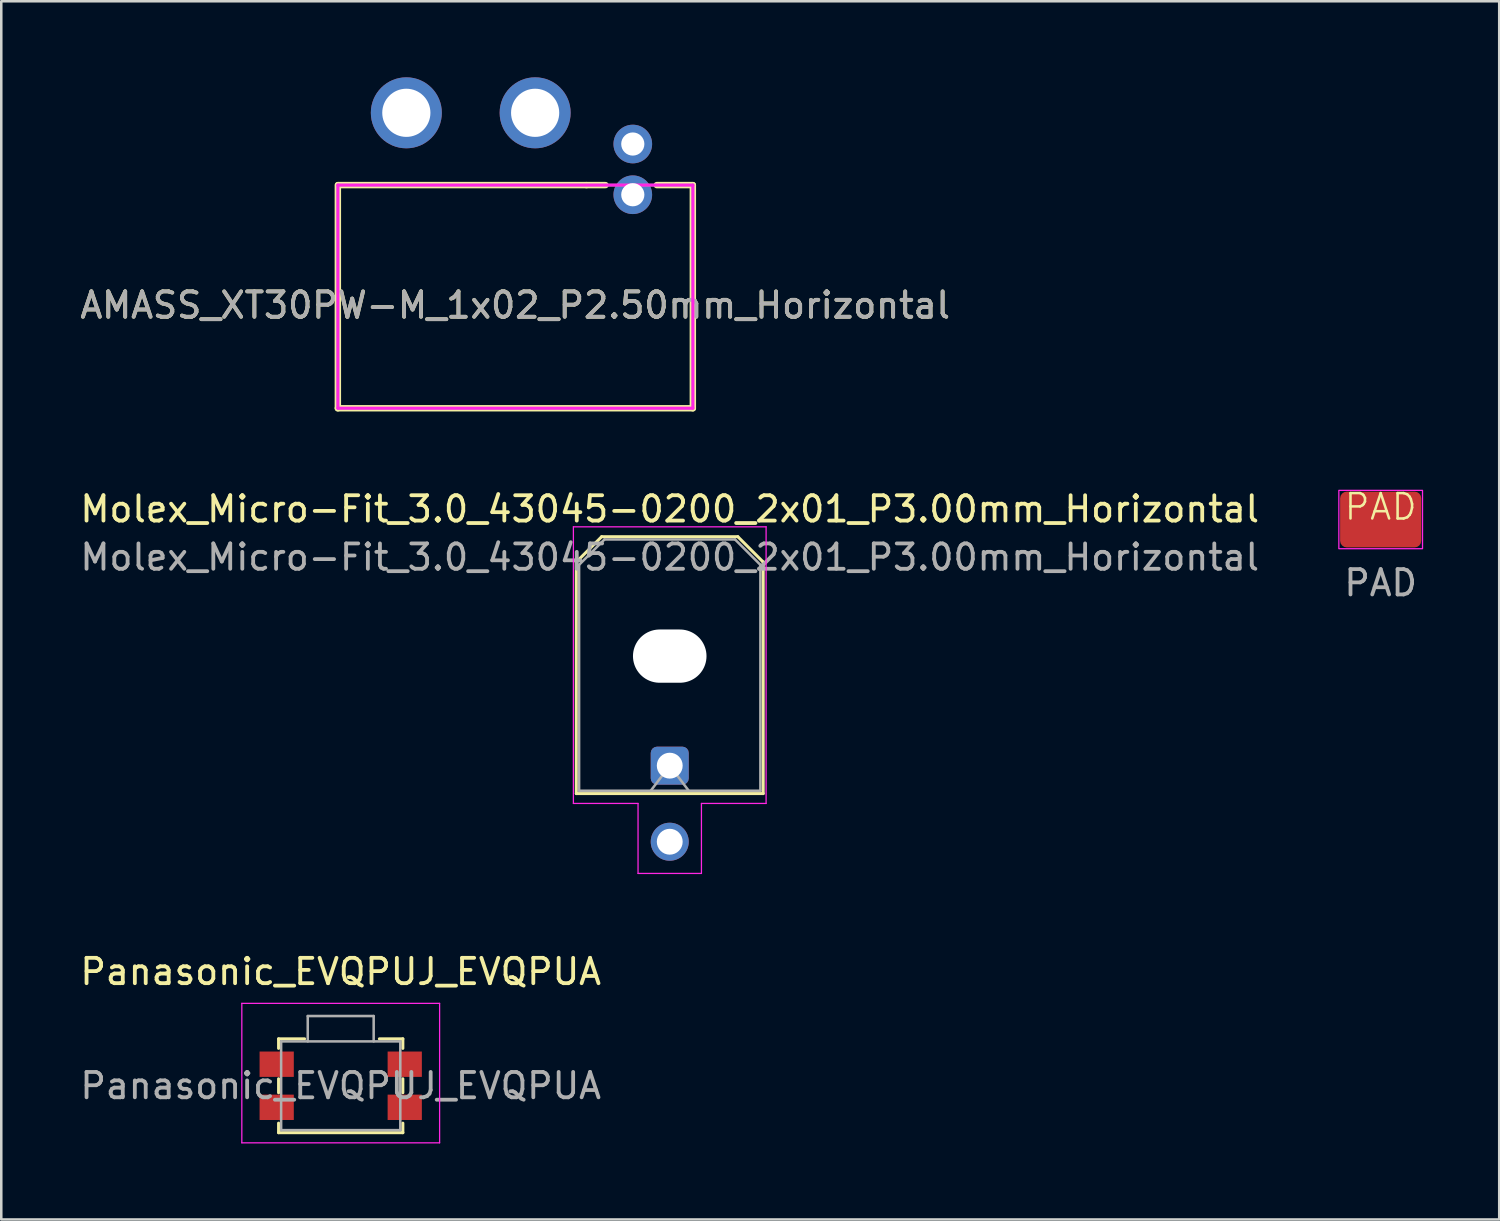
<source format=kicad_pcb>
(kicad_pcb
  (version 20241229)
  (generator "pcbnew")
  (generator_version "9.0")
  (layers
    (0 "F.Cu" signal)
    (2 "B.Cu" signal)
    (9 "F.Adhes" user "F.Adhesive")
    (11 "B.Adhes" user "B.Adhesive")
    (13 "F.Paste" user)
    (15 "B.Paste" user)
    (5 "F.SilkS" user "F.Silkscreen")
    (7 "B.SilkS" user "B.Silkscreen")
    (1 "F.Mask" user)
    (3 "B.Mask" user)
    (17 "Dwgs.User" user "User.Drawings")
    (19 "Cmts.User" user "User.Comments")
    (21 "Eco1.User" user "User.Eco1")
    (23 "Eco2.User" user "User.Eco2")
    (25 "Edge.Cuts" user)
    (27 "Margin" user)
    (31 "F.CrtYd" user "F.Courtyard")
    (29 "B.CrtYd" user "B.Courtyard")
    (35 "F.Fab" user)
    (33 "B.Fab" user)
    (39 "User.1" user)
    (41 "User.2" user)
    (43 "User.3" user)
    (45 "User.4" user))
  (footprint "PAD"
    (layer "F.Cu")
    (at 51.401 17.439)
    (property "Reference" "PAD" (at 0 -0.5 0) (unlocked yes) (layer "F.SilkS") (effects (font (size 1 1) (thickness 0.1))))
    (attr smd)
    (fp_rect (start -1.65 -1.15) (end 1.65 1.15) (stroke (width 0.05) (type default)) (fill no) (layer "F.CrtYd"))
    (fp_text user "${REFERENCE}" (at 0 2.5 0) (unlocked yes) (layer "F.Fab") (effects (font (size 1 1) (thickness 0.15))))
    (pad "1" smd roundrect (at 0 0) (size 3.2 2.2) (layers "F.Cu" "F.Mask" "F.Paste") (roundrect_rratio 0.119)))
  (footprint "AMASS_XT30PW-M_1x02_P2.50mm_Horizontal"
    (layer "F.Cu")
    (at 17.268 6.612)
    (property "Reference" "AMASS_XT30PW-M_1x02_P2.50mm_Horizontal" (at 0 2.375 180) (layer "F.SilkS") (effects (font (size 1 1) (thickness 0.15))))
    (attr through_hole)
    (fp_line (start -6.994 6.439) (end -6.994 -2.362) (stroke (width 0.254) (type solid)) (layer "F.SilkS"))
    (fp_line (start 2.811 -2.362) (end -6.982 -2.362) (stroke (width 0.254) (type solid)) (layer "F.SilkS"))
    (fp_line (start 2.811 -2.362) (end 3.561 -2.362) (stroke (width 0.254) (type solid)) (layer "F.SilkS"))
    (fp_line (start 7.006 -2.362) (end 5.585 -2.362) (stroke (width 0.254) (type solid)) (layer "F.SilkS"))
    (fp_line (start 7.006 -2.362) (end 7.006 6.439) (stroke (width 0.254) (type solid)) (layer "F.SilkS"))
    (fp_line (start 7.006 6.439) (end -6.994 6.439) (stroke (width 0.254) (type solid)) (layer "F.SilkS"))
    (fp_line (start -5.067 -5.987) (end -3.518 -5.987) (stroke (width 0.12) (type solid)) (layer "Eco2.User"))
    (fp_circle (center -6.992 -5.987) (end -6.963 -5.987) (stroke (width 0.06) (type solid)) (fill no) (layer "Eco2.User"))
    (fp_line (start -6.992 -2.364) (end -6.992 6.436) (stroke (width 0.12) (type solid)) (layer "F.CrtYd"))
    (fp_line (start -6.992 6.436) (end 7.008 6.436) (stroke (width 0.12) (type solid)) (layer "F.CrtYd"))
    (fp_line (start 7.008 -2.364) (end -6.992 -2.364) (stroke (width 0.12) (type solid)) (layer "F.CrtYd"))
    (fp_line (start 7.008 6.436) (end 7.008 -2.364) (stroke (width 0.12) (type solid)) (layer "F.CrtYd"))
    (fp_rect (start -6.994 -2.362) (end 7.006 6.439) (stroke (width 0.1) (type default)) (fill no) (layer "F.Fab"))
    (fp_text user "${REFERENCE}" (at 0 2.375 0) (layer "F.Fab") (effects (font (size 1 1) (thickness 0.15))))
    (pad "1" thru_hole circle (at -4.293 -5.213) (size 2.8 2.8) (drill 1.9) (layers "*.Cu" "*.Mask"))
    (pad "2" thru_hole circle (at 0.787 -5.213) (size 2.8 2.8) (drill 1.9) (layers "*.Cu" "*.Mask"))
    (pad "3" thru_hole circle (at 4.638 -3.982) (size 1.524 1.524) (drill 0.914) (layers "*.Cu" "*.Mask"))
    (pad "4" thru_hole circle (at 4.638 -1.982) (size 1.524 1.524) (drill 0.914) (layers "*.Cu" "*.Mask")))
  (footprint "Panasonic_EVQPUJ_EVQPUA"
    (layer "F.Cu")
    (at 10.387 39.77)
    (property "Reference" "Panasonic_EVQPUJ_EVQPUA" (at 0 -4.5 0) (layer "F.SilkS") (effects (font (size 1 1) (thickness 0.15))))
    (attr smd)
    (fp_line (start -2.45 -1.475) (end -2.45 -1.85) (stroke (width 0.12) (type solid)) (layer "F.SilkS"))
    (fp_line (start -2.45 0.275) (end -2.45 -0.275) (stroke (width 0.12) (type solid)) (layer "F.SilkS"))
    (fp_line (start -2.45 1.85) (end -2.45 1.475) (stroke (width 0.12) (type solid)) (layer "F.SilkS"))
    (fp_line (start -1.425 -1.85) (end -2.45 -1.85) (stroke (width 0.12) (type solid)) (layer "F.SilkS"))
    (fp_line (start 2.45 -1.85) (end 1.525 -1.85) (stroke (width 0.12) (type solid)) (layer "F.SilkS"))
    (fp_line (start 2.45 -1.475) (end 2.45 -1.85) (stroke (width 0.12) (type solid)) (layer "F.SilkS"))
    (fp_line (start 2.45 0.275) (end 2.45 -0.275) (stroke (width 0.12) (type solid)) (layer "F.SilkS"))
    (fp_line (start 2.45 1.85) (end -2.45 1.85) (stroke (width 0.12) (type solid)) (layer "F.SilkS"))
    (fp_line (start 2.45 1.85) (end 2.45 1.475) (stroke (width 0.12) (type solid)) (layer "F.SilkS"))
    (fp_line (start -3.9 2.25) (end -3.9 -3.25) (stroke (width 0.05) (type solid)) (layer "F.CrtYd"))
    (fp_line (start 3.9 -3.25) (end -3.9 -3.25) (stroke (width 0.05) (type solid)) (layer "F.CrtYd"))
    (fp_line (start 3.9 2.25) (end -3.9 2.25) (stroke (width 0.05) (type solid)) (layer "F.CrtYd"))
    (fp_line (start 3.9 2.25) (end 3.9 -3.25) (stroke (width 0.05) (type solid)) (layer "F.CrtYd"))
    (fp_line (start -2.35 1.75) (end -2.35 -1.75) (stroke (width 0.1) (type solid)) (layer "F.Fab"))
    (fp_line (start -1.3 -2.75) (end -1.3 -1.75) (stroke (width 0.1) (type solid)) (layer "F.Fab"))
    (fp_line (start 1.3 -2.75) (end -1.3 -2.75) (stroke (width 0.1) (type solid)) (layer "F.Fab"))
    (fp_line (start 1.3 -2.75) (end 1.3 -1.75) (stroke (width 0.1) (type solid)) (layer "F.Fab"))
    (fp_line (start 2.35 -1.75) (end -2.35 -1.75) (stroke (width 0.1) (type solid)) (layer "F.Fab"))
    (fp_line (start 2.35 1.75) (end -2.35 1.75) (stroke (width 0.1) (type solid)) (layer "F.Fab"))
    (fp_line (start 2.35 1.75) (end 2.35 -1.75) (stroke (width 0.1) (type solid)) (layer "F.Fab"))
    (fp_text user "${REFERENCE}" (at 0 0 0) (layer "F.Fab") (effects (font (size 1 1) (thickness 0.15))))
    (pad "1" smd rect (at 2.525 -0.85 180) (size 1.35 1) (layers "F.Cu" "F.Mask" "F.Paste"))
    (pad "2" smd rect (at 2.525 0.85 180) (size 1.35 1) (layers "F.Cu" "F.Mask" "F.Paste"))
    (pad "3" smd rect (at -2.525 0.85 180) (size 1.35 1) (layers "F.Cu" "F.Mask" "F.Paste"))
    (pad "4" smd rect (at -2.525 -0.85 180) (size 1.35 1) (layers "F.Cu" "F.Mask" "F.Paste")))
  (footprint "Molex_Micro-Fit_3.0_43045-0200_2x01_P3.00mm_Horizontal"
    (layer "F.Cu")
    (at 23.363 27.146)
    (property "Reference" "Molex_Micro-Fit_3.0_43045-0200_2x01_P3.00mm_Horizontal" (at 0 -10.12 0) (layer "F.SilkS") (effects (font (size 1 1) (thickness 0.15))))
    (attr through_hole)
    (fp_line (start -3.685 -8.03) (end -2.685 -9.03) (stroke (width 0.12) (type solid)) (layer "F.SilkS"))
    (fp_line (start -3.685 1.1) (end -3.685 -8.03) (stroke (width 0.12) (type solid)) (layer "F.SilkS"))
    (fp_line (start -2.685 -9.03) (end 2.685 -9.03) (stroke (width 0.12) (type solid)) (layer "F.SilkS"))
    (fp_line (start 2.685 -9.03) (end 3.685 -8.03) (stroke (width 0.12) (type solid)) (layer "F.SilkS"))
    (fp_line (start 3.685 -8.03) (end 3.685 1.1) (stroke (width 0.12) (type solid)) (layer "F.SilkS"))
    (fp_line (start 3.685 1.1) (end -3.685 1.1) (stroke (width 0.12) (type solid)) (layer "F.SilkS"))
    (fp_line (start -3.8 -9.42) (end 3.8 -9.42) (stroke (width 0.05) (type default)) (layer "F.CrtYd"))
    (fp_line (start -3.8 1.49) (end -3.8 -9.42) (stroke (width 0.05) (type solid)) (layer "F.CrtYd"))
    (fp_line (start -3.8 1.49) (end -1.25 1.49) (stroke (width 0.05) (type default)) (layer "F.CrtYd"))
    (fp_line (start -1.25 4.25) (end -1.25 1.49) (stroke (width 0.05) (type solid)) (layer "F.CrtYd"))
    (fp_line (start 1.25 1.49) (end 1.25 4.25) (stroke (width 0.05) (type solid)) (layer "F.CrtYd"))
    (fp_line (start 1.25 1.49) (end 3.8 1.49) (stroke (width 0.05) (type default)) (layer "F.CrtYd"))
    (fp_line (start 1.25 4.25) (end -1.25 4.25) (stroke (width 0.05) (type solid)) (layer "F.CrtYd"))
    (fp_line (start 3.8 -9.42) (end 3.8 1.49) (stroke (width 0.05) (type solid)) (layer "F.CrtYd"))
    (fp_line (start -3.575 -7.92) (end -2.575 -8.92) (stroke (width 0.1) (type solid)) (layer "F.Fab"))
    (fp_line (start -3.575 0.99) (end -3.575 -7.92) (stroke (width 0.1) (type solid)) (layer "F.Fab"))
    (fp_line (start -2.575 -8.92) (end 2.575 -8.92) (stroke (width 0.1) (type solid)) (layer "F.Fab"))
    (fp_line (start -0.75 0.99) (end 0 0) (stroke (width 0.1) (type solid)) (layer "F.Fab"))
    (fp_line (start 0 0) (end 0.75 0.99) (stroke (width 0.1) (type solid)) (layer "F.Fab"))
    (fp_line (start 2.575 -8.92) (end 3.575 -7.92) (stroke (width 0.1) (type solid)) (layer "F.Fab"))
    (fp_line (start 3.575 -7.92) (end 3.575 0.99) (stroke (width 0.1) (type solid)) (layer "F.Fab"))
    (fp_line (start 3.575 0.99) (end -3.575 0.99) (stroke (width 0.1) (type solid)) (layer "F.Fab"))
    (fp_text user "${REFERENCE}" (at 0 -8.22 0) (layer "F.Fab") (effects (font (size 1 1) (thickness 0.15))))
    (pad "" np_thru_hole oval (at 0 -4.32) (size 2.9 2.1) (drill oval 2.9 2.1) (layers "*.Cu" "*.Mask"))
    (pad "1" thru_hole roundrect (at 0 0) (size 1.5 1.5) (drill 1.02) (layers "*.Cu" "*.Mask") (roundrect_rratio 0.167))
    (pad "2" thru_hole circle (at 0 3) (size 1.5 1.5) (drill 1.02) (layers "*.Cu" "*.Mask")))
  (gr_rect
    (start -3 -3)
    (end 56.076 45.044)
    (stroke (width 0.1) (type default))
    (fill no)
    (layer "Edge.Cuts")))
</source>
